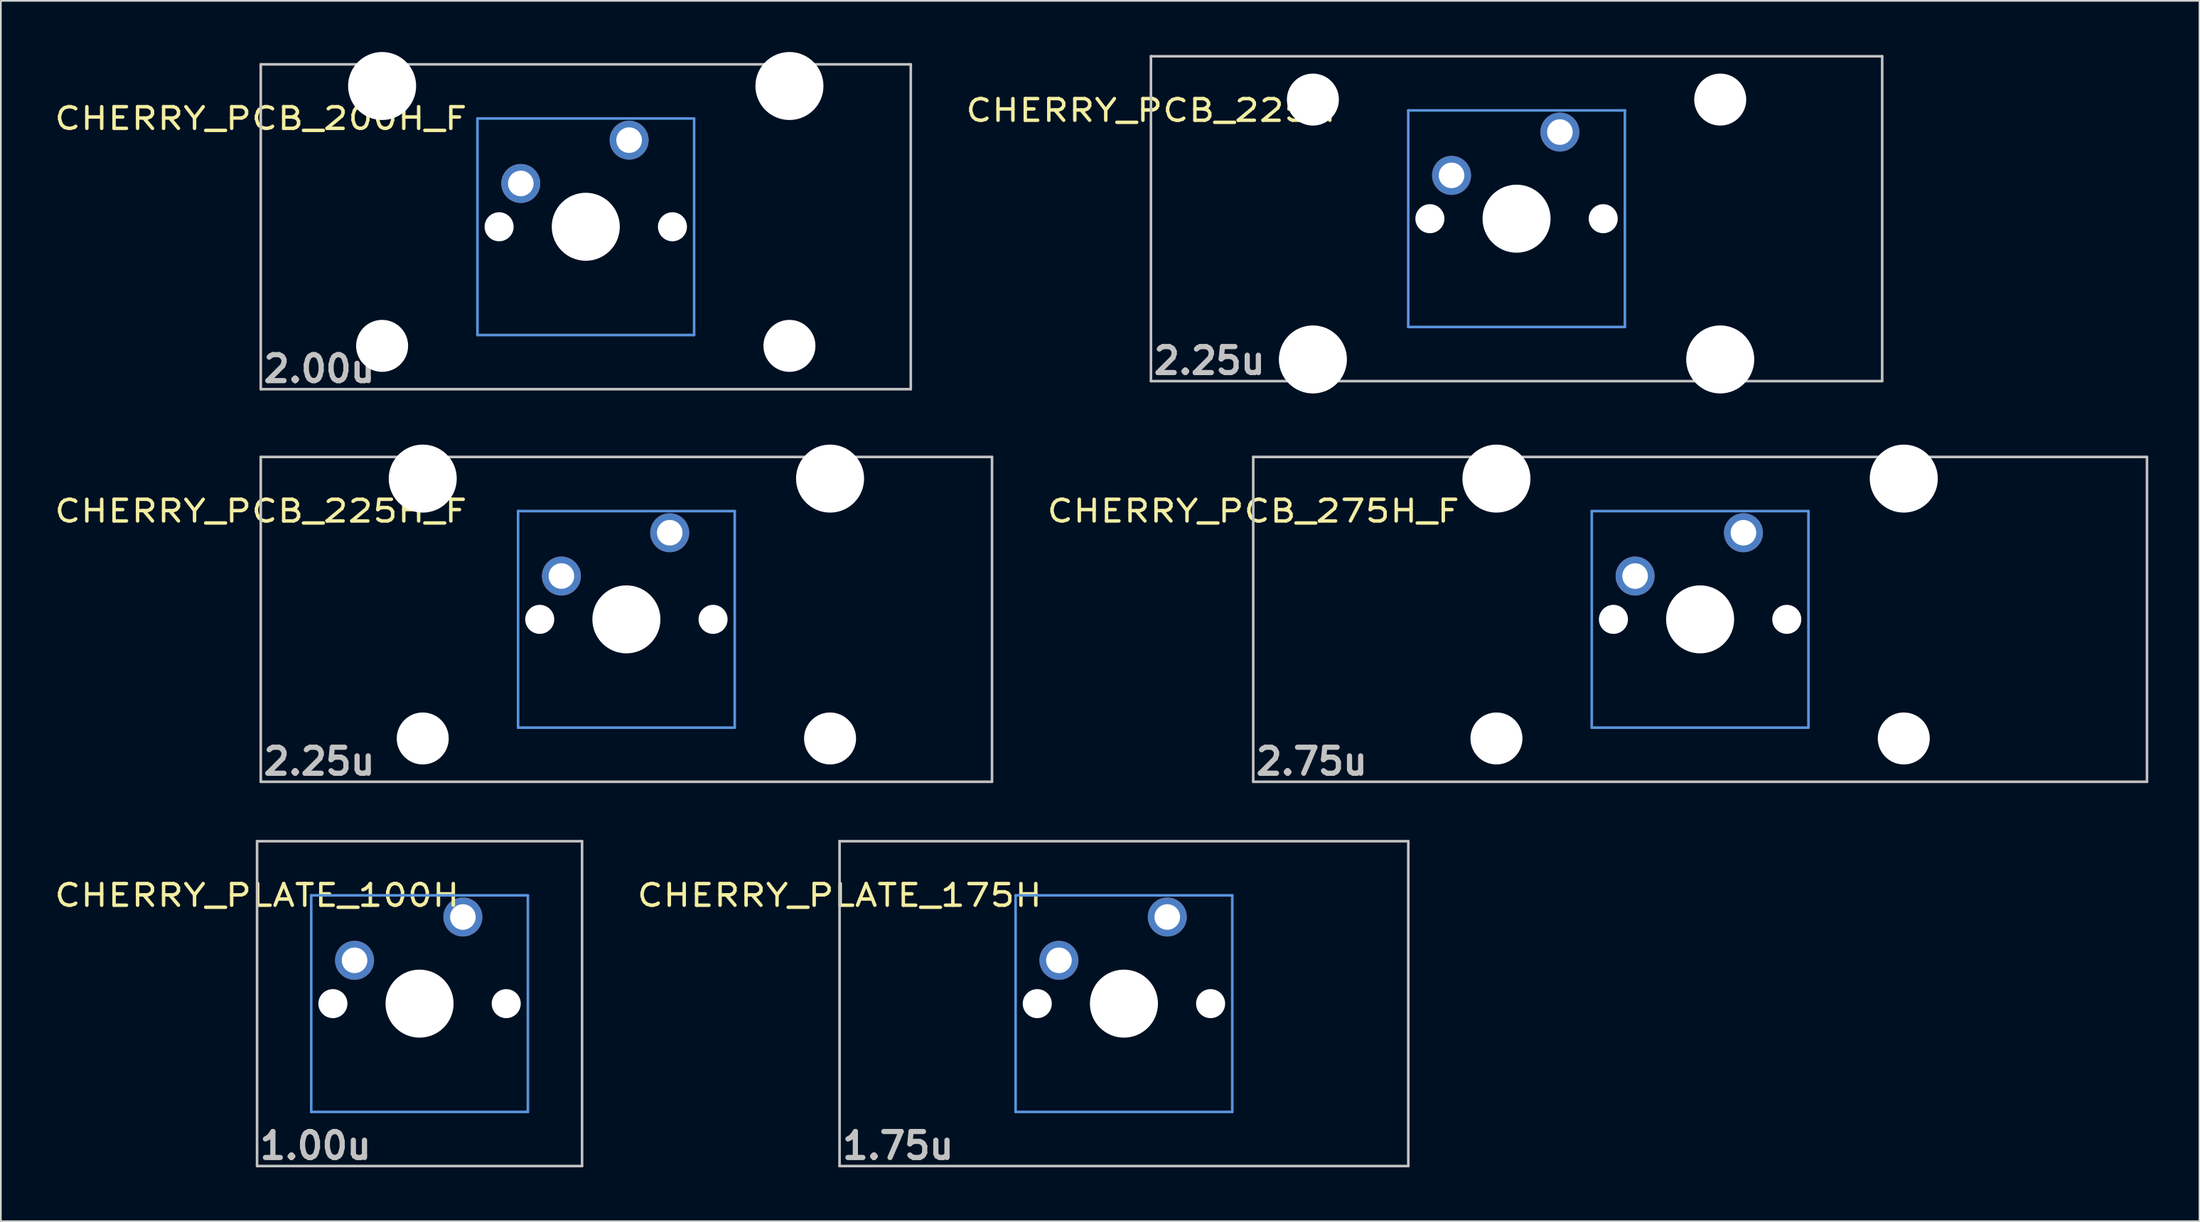
<source format=kicad_pcb>
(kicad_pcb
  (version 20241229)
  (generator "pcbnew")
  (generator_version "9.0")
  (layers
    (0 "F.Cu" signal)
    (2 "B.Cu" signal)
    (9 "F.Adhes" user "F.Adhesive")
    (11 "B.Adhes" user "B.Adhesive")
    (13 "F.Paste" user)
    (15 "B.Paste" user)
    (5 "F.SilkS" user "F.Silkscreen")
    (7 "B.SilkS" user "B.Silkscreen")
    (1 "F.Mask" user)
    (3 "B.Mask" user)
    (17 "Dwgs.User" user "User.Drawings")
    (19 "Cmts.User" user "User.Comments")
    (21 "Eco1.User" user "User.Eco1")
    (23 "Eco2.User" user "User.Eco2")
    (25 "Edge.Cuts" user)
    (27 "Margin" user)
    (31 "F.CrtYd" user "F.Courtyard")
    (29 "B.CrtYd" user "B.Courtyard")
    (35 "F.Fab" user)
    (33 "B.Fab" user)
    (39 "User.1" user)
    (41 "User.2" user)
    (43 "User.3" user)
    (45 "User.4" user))
  (footprint "CHERRY_PLATE_100H"
    (layer "F.Cu")
    (at 12.018 46.284)
    (property "Reference" "CHERRY_PLATE_100H" (at 0 3.175 0) (layer "F.SilkS") (effects (font (size 1.27 1.524) (thickness 0.203))))
    (fp_line (start 0 0) (end 19.05 0) (stroke (width 0.152) (type solid)) (layer "Dwgs.User"))
    (fp_line (start 0 19.05) (end 0 0) (stroke (width 0.152) (type solid)) (layer "Dwgs.User"))
    (fp_line (start 19.05 0) (end 19.05 19.05) (stroke (width 0.152) (type solid)) (layer "Dwgs.User"))
    (fp_line (start 19.05 19.05) (end 0 19.05) (stroke (width 0.152) (type solid)) (layer "Dwgs.User"))
    (fp_line (start 3.175 3.175) (end 15.875 3.175) (stroke (width 0.152) (type solid)) (layer "Cmts.User"))
    (fp_line (start 3.175 15.875) (end 3.175 3.175) (stroke (width 0.152) (type solid)) (layer "Cmts.User"))
    (fp_line (start 15.875 3.175) (end 15.875 15.875) (stroke (width 0.152) (type solid)) (layer "Cmts.User"))
    (fp_line (start 15.875 15.875) (end 3.175 15.875) (stroke (width 0.152) (type solid)) (layer "Cmts.User"))
    (fp_text user "1.00u" (at 0 17.859 0) (layer "Dwgs.User") (effects (font (size 1.524 1.524) (thickness 0.305)) (justify left)))
    (pad "" np_thru_hole circle (at 4.445 9.525) (size 1.702 1.702) (drill 1.702) (layers "*.Cu" "*.Mask"))
    (pad "" np_thru_hole circle (at 9.525 9.525) (size 3.988 3.988) (drill 3.988) (layers "*.Cu" "*.Mask"))
    (pad "" np_thru_hole circle (at 14.605 9.525) (size 1.702 1.702) (drill 1.702) (layers "*.Cu" "*.Mask"))
    (pad "1" thru_hole circle (at 12.065 4.445) (size 2.286 2.286) (drill 1.499) (layers "*.Cu" "*.Mask"))
    (pad "2" thru_hole circle (at 5.715 6.985) (size 2.286 2.286) (drill 1.499) (layers "*.Cu" "*.Mask")))
  (footprint "CHERRY_PCB_275H_F"
    (layer "F.Cu")
    (at 70.41 23.748)
    (property "Reference" "CHERRY_PCB_275H_F" (at 0 3.175 0) (layer "F.SilkS") (effects (font (size 1.27 1.524) (thickness 0.203))))
    (fp_line (start 0 0) (end 52.388 0) (stroke (width 0.152) (type solid)) (layer "Dwgs.User"))
    (fp_line (start 0 19.05) (end 0 0) (stroke (width 0.152) (type solid)) (layer "Dwgs.User"))
    (fp_line (start 52.388 0) (end 52.388 19.05) (stroke (width 0.152) (type solid)) (layer "Dwgs.User"))
    (fp_line (start 52.388 19.05) (end 0 19.05) (stroke (width 0.152) (type solid)) (layer "Dwgs.User"))
    (fp_line (start 19.844 3.175) (end 32.544 3.175) (stroke (width 0.152) (type solid)) (layer "Cmts.User"))
    (fp_line (start 19.844 15.875) (end 19.844 3.175) (stroke (width 0.152) (type solid)) (layer "Cmts.User"))
    (fp_line (start 32.544 3.175) (end 32.544 15.875) (stroke (width 0.152) (type solid)) (layer "Cmts.User"))
    (fp_line (start 32.544 15.875) (end 19.844 15.875) (stroke (width 0.152) (type solid)) (layer "Cmts.User"))
    (fp_text user "2.75u" (at 0 17.859 0) (layer "Dwgs.User") (effects (font (size 1.524 1.524) (thickness 0.305)) (justify left)))
    (pad "" np_thru_hole circle (at 14.256 1.27) (size 3.988 3.988) (drill 3.988) (layers "*.Cu" "*.Mask"))
    (pad "" np_thru_hole circle (at 14.256 16.51) (size 3.048 3.048) (drill 3.048) (layers "*.Cu" "*.Mask"))
    (pad "" np_thru_hole circle (at 21.114 9.525) (size 1.702 1.702) (drill 1.702) (layers "*.Cu" "*.Mask"))
    (pad "" np_thru_hole circle (at 26.194 9.525) (size 3.988 3.988) (drill 3.988) (layers "*.Cu" "*.Mask"))
    (pad "" np_thru_hole circle (at 31.274 9.525) (size 1.702 1.702) (drill 1.702) (layers "*.Cu" "*.Mask"))
    (pad "" np_thru_hole circle (at 38.132 1.27) (size 3.988 3.988) (drill 3.988) (layers "*.Cu" "*.Mask"))
    (pad "" np_thru_hole circle (at 38.132 16.51) (size 3.048 3.048) (drill 3.048) (layers "*.Cu" "*.Mask"))
    (pad "1" thru_hole circle (at 28.734 4.445) (size 2.286 2.286) (drill 1.499) (layers "*.Cu" "*.Mask"))
    (pad "2" thru_hole circle (at 22.384 6.985) (size 2.286 2.286) (drill 1.499) (layers "*.Cu" "*.Mask")))
  (footprint "CHERRY_PCB_225H"
    (layer "F.Cu")
    (at 64.414 0.25)
    (property "Reference" "CHERRY_PCB_225H" (at 0 3.175 0) (layer "F.SilkS") (effects (font (size 1.27 1.524) (thickness 0.203))))
    (fp_line (start 0 0) (end 42.862 0) (stroke (width 0.152) (type solid)) (layer "Dwgs.User"))
    (fp_line (start 0 19.05) (end 0 0) (stroke (width 0.152) (type solid)) (layer "Dwgs.User"))
    (fp_line (start 42.862 0) (end 42.862 19.05) (stroke (width 0.152) (type solid)) (layer "Dwgs.User"))
    (fp_line (start 42.862 19.05) (end 0 19.05) (stroke (width 0.152) (type solid)) (layer "Dwgs.User"))
    (fp_line (start 15.081 3.175) (end 27.781 3.175) (stroke (width 0.152) (type solid)) (layer "Cmts.User"))
    (fp_line (start 15.081 15.875) (end 15.081 3.175) (stroke (width 0.152) (type solid)) (layer "Cmts.User"))
    (fp_line (start 27.781 3.175) (end 27.781 15.875) (stroke (width 0.152) (type solid)) (layer "Cmts.User"))
    (fp_line (start 27.781 15.875) (end 15.081 15.875) (stroke (width 0.152) (type solid)) (layer "Cmts.User"))
    (fp_text user "2.25u" (at 0 17.859 0) (layer "Dwgs.User") (effects (font (size 1.524 1.524) (thickness 0.305)) (justify left)))
    (pad "" np_thru_hole circle (at 9.493 2.54) (size 3.048 3.048) (drill 3.048) (layers "*.Cu" "*.Mask"))
    (pad "" np_thru_hole circle (at 9.493 17.78) (size 3.988 3.988) (drill 3.988) (layers "*.Cu" "*.Mask"))
    (pad "" np_thru_hole circle (at 16.351 9.525) (size 1.702 1.702) (drill 1.702) (layers "*.Cu" "*.Mask"))
    (pad "" np_thru_hole circle (at 21.431 9.525) (size 3.988 3.988) (drill 3.988) (layers "*.Cu" "*.Mask"))
    (pad "" np_thru_hole circle (at 26.511 9.525) (size 1.702 1.702) (drill 1.702) (layers "*.Cu" "*.Mask"))
    (pad "" np_thru_hole circle (at 33.369 2.54) (size 3.048 3.048) (drill 3.048) (layers "*.Cu" "*.Mask"))
    (pad "" np_thru_hole circle (at 33.369 17.78) (size 3.988 3.988) (drill 3.988) (layers "*.Cu" "*.Mask"))
    (pad "1" thru_hole circle (at 23.971 4.445) (size 2.286 2.286) (drill 1.499) (layers "*.Cu" "*.Mask"))
    (pad "2" thru_hole circle (at 17.621 6.985) (size 2.286 2.286) (drill 1.499) (layers "*.Cu" "*.Mask")))
  (footprint "CHERRY_PCB_225H_F"
    (layer "F.Cu")
    (at 12.236 23.748)
    (property "Reference" "CHERRY_PCB_225H_F" (at 0 3.175 0) (layer "F.SilkS") (effects (font (size 1.27 1.524) (thickness 0.203))))
    (fp_line (start 0 0) (end 42.862 0) (stroke (width 0.152) (type solid)) (layer "Dwgs.User"))
    (fp_line (start 0 19.05) (end 0 0) (stroke (width 0.152) (type solid)) (layer "Dwgs.User"))
    (fp_line (start 42.862 0) (end 42.862 19.05) (stroke (width 0.152) (type solid)) (layer "Dwgs.User"))
    (fp_line (start 42.862 19.05) (end 0 19.05) (stroke (width 0.152) (type solid)) (layer "Dwgs.User"))
    (fp_line (start 15.081 3.175) (end 27.781 3.175) (stroke (width 0.152) (type solid)) (layer "Cmts.User"))
    (fp_line (start 15.081 15.875) (end 15.081 3.175) (stroke (width 0.152) (type solid)) (layer "Cmts.User"))
    (fp_line (start 27.781 3.175) (end 27.781 15.875) (stroke (width 0.152) (type solid)) (layer "Cmts.User"))
    (fp_line (start 27.781 15.875) (end 15.081 15.875) (stroke (width 0.152) (type solid)) (layer "Cmts.User"))
    (fp_text user "2.25u" (at 0 17.859 0) (layer "Dwgs.User") (effects (font (size 1.524 1.524) (thickness 0.305)) (justify left)))
    (pad "" np_thru_hole circle (at 9.493 1.27) (size 3.988 3.988) (drill 3.988) (layers "*.Cu" "*.Mask"))
    (pad "" np_thru_hole circle (at 9.493 16.51) (size 3.048 3.048) (drill 3.048) (layers "*.Cu" "*.Mask"))
    (pad "" np_thru_hole circle (at 16.351 9.525) (size 1.702 1.702) (drill 1.702) (layers "*.Cu" "*.Mask"))
    (pad "" np_thru_hole circle (at 21.431 9.525) (size 3.988 3.988) (drill 3.988) (layers "*.Cu" "*.Mask"))
    (pad "" np_thru_hole circle (at 26.511 9.525) (size 1.702 1.702) (drill 1.702) (layers "*.Cu" "*.Mask"))
    (pad "" np_thru_hole circle (at 33.369 1.27) (size 3.988 3.988) (drill 3.988) (layers "*.Cu" "*.Mask"))
    (pad "" np_thru_hole circle (at 33.369 16.51) (size 3.048 3.048) (drill 3.048) (layers "*.Cu" "*.Mask"))
    (pad "1" thru_hole circle (at 23.971 4.445) (size 2.286 2.286) (drill 1.499) (layers "*.Cu" "*.Mask"))
    (pad "2" thru_hole circle (at 17.621 6.985) (size 2.286 2.286) (drill 1.499) (layers "*.Cu" "*.Mask")))
  (footprint "CHERRY_PLATE_175H"
    (layer "F.Cu")
    (at 46.162 46.284)
    (property "Reference" "CHERRY_PLATE_175H" (at 0 3.175 0) (layer "F.SilkS") (effects (font (size 1.27 1.524) (thickness 0.203))))
    (fp_line (start 0 0) (end 33.337 0) (stroke (width 0.152) (type solid)) (layer "Dwgs.User"))
    (fp_line (start 0 19.05) (end 0 0) (stroke (width 0.152) (type solid)) (layer "Dwgs.User"))
    (fp_line (start 33.337 0) (end 33.337 19.05) (stroke (width 0.152) (type solid)) (layer "Dwgs.User"))
    (fp_line (start 33.337 19.05) (end 0 19.05) (stroke (width 0.152) (type solid)) (layer "Dwgs.User"))
    (fp_line (start 10.319 3.175) (end 23.019 3.175) (stroke (width 0.152) (type solid)) (layer "Cmts.User"))
    (fp_line (start 10.319 15.875) (end 10.319 3.175) (stroke (width 0.152) (type solid)) (layer "Cmts.User"))
    (fp_line (start 23.019 3.175) (end 23.019 15.875) (stroke (width 0.152) (type solid)) (layer "Cmts.User"))
    (fp_line (start 23.019 15.875) (end 10.319 15.875) (stroke (width 0.152) (type solid)) (layer "Cmts.User"))
    (fp_text user "1.75u" (at 0 17.859 0) (layer "Dwgs.User") (effects (font (size 1.524 1.524) (thickness 0.305)) (justify left)))
    (pad "" np_thru_hole circle (at 11.589 9.525) (size 1.702 1.702) (drill 1.702) (layers "*.Cu" "*.Mask"))
    (pad "" np_thru_hole circle (at 16.669 9.525) (size 3.988 3.988) (drill 3.988) (layers "*.Cu" "*.Mask"))
    (pad "" np_thru_hole circle (at 21.749 9.525) (size 1.702 1.702) (drill 1.702) (layers "*.Cu" "*.Mask"))
    (pad "1" thru_hole circle (at 19.209 4.445) (size 2.286 2.286) (drill 1.499) (layers "*.Cu" "*.Mask"))
    (pad "2" thru_hole circle (at 12.859 6.985) (size 2.286 2.286) (drill 1.499) (layers "*.Cu" "*.Mask")))
  (footprint "CHERRY_PCB_200H_F"
    (layer "F.Cu")
    (at 12.236 0.724)
    (property "Reference" "CHERRY_PCB_200H_F" (at 0 3.175 0) (layer "F.SilkS") (effects (font (size 1.27 1.524) (thickness 0.203))))
    (fp_line (start 0 0) (end 38.1 0) (stroke (width 0.152) (type solid)) (layer "Dwgs.User"))
    (fp_line (start 0 19.05) (end 0 0) (stroke (width 0.152) (type solid)) (layer "Dwgs.User"))
    (fp_line (start 38.1 0) (end 38.1 19.05) (stroke (width 0.152) (type solid)) (layer "Dwgs.User"))
    (fp_line (start 38.1 19.05) (end 0 19.05) (stroke (width 0.152) (type solid)) (layer "Dwgs.User"))
    (fp_line (start 12.7 3.175) (end 25.4 3.175) (stroke (width 0.152) (type solid)) (layer "Cmts.User"))
    (fp_line (start 12.7 15.875) (end 12.7 3.175) (stroke (width 0.152) (type solid)) (layer "Cmts.User"))
    (fp_line (start 25.4 3.175) (end 25.4 15.875) (stroke (width 0.152) (type solid)) (layer "Cmts.User"))
    (fp_line (start 25.4 15.875) (end 12.7 15.875) (stroke (width 0.152) (type solid)) (layer "Cmts.User"))
    (fp_text user "2.00u" (at 0 17.859 0) (layer "Dwgs.User") (effects (font (size 1.524 1.524) (thickness 0.305)) (justify left)))
    (pad "" np_thru_hole circle (at 7.112 1.27) (size 3.988 3.988) (drill 3.988) (layers "*.Cu" "*.Mask"))
    (pad "" np_thru_hole circle (at 7.112 16.51) (size 3.048 3.048) (drill 3.048) (layers "*.Cu" "*.Mask"))
    (pad "" np_thru_hole circle (at 13.97 9.525) (size 1.702 1.702) (drill 1.702) (layers "*.Cu" "*.Mask"))
    (pad "" np_thru_hole circle (at 19.05 9.525) (size 3.988 3.988) (drill 3.988) (layers "*.Cu" "*.Mask"))
    (pad "" np_thru_hole circle (at 24.13 9.525) (size 1.702 1.702) (drill 1.702) (layers "*.Cu" "*.Mask"))
    (pad "" np_thru_hole circle (at 30.988 1.27) (size 3.988 3.988) (drill 3.988) (layers "*.Cu" "*.Mask"))
    (pad "" np_thru_hole circle (at 30.988 16.51) (size 3.048 3.048) (drill 3.048) (layers "*.Cu" "*.Mask"))
    (pad "1" thru_hole circle (at 21.59 4.445) (size 2.286 2.286) (drill 1.499) (layers "*.Cu" "*.Mask"))
    (pad "2" thru_hole circle (at 15.24 6.985) (size 2.286 2.286) (drill 1.499) (layers "*.Cu" "*.Mask")))
  (gr_rect
    (start -3 -3)
    (end 125.873 68.569)
    (stroke (width 0.1) (type default))
    (fill no)
    (layer "Edge.Cuts")))
</source>
